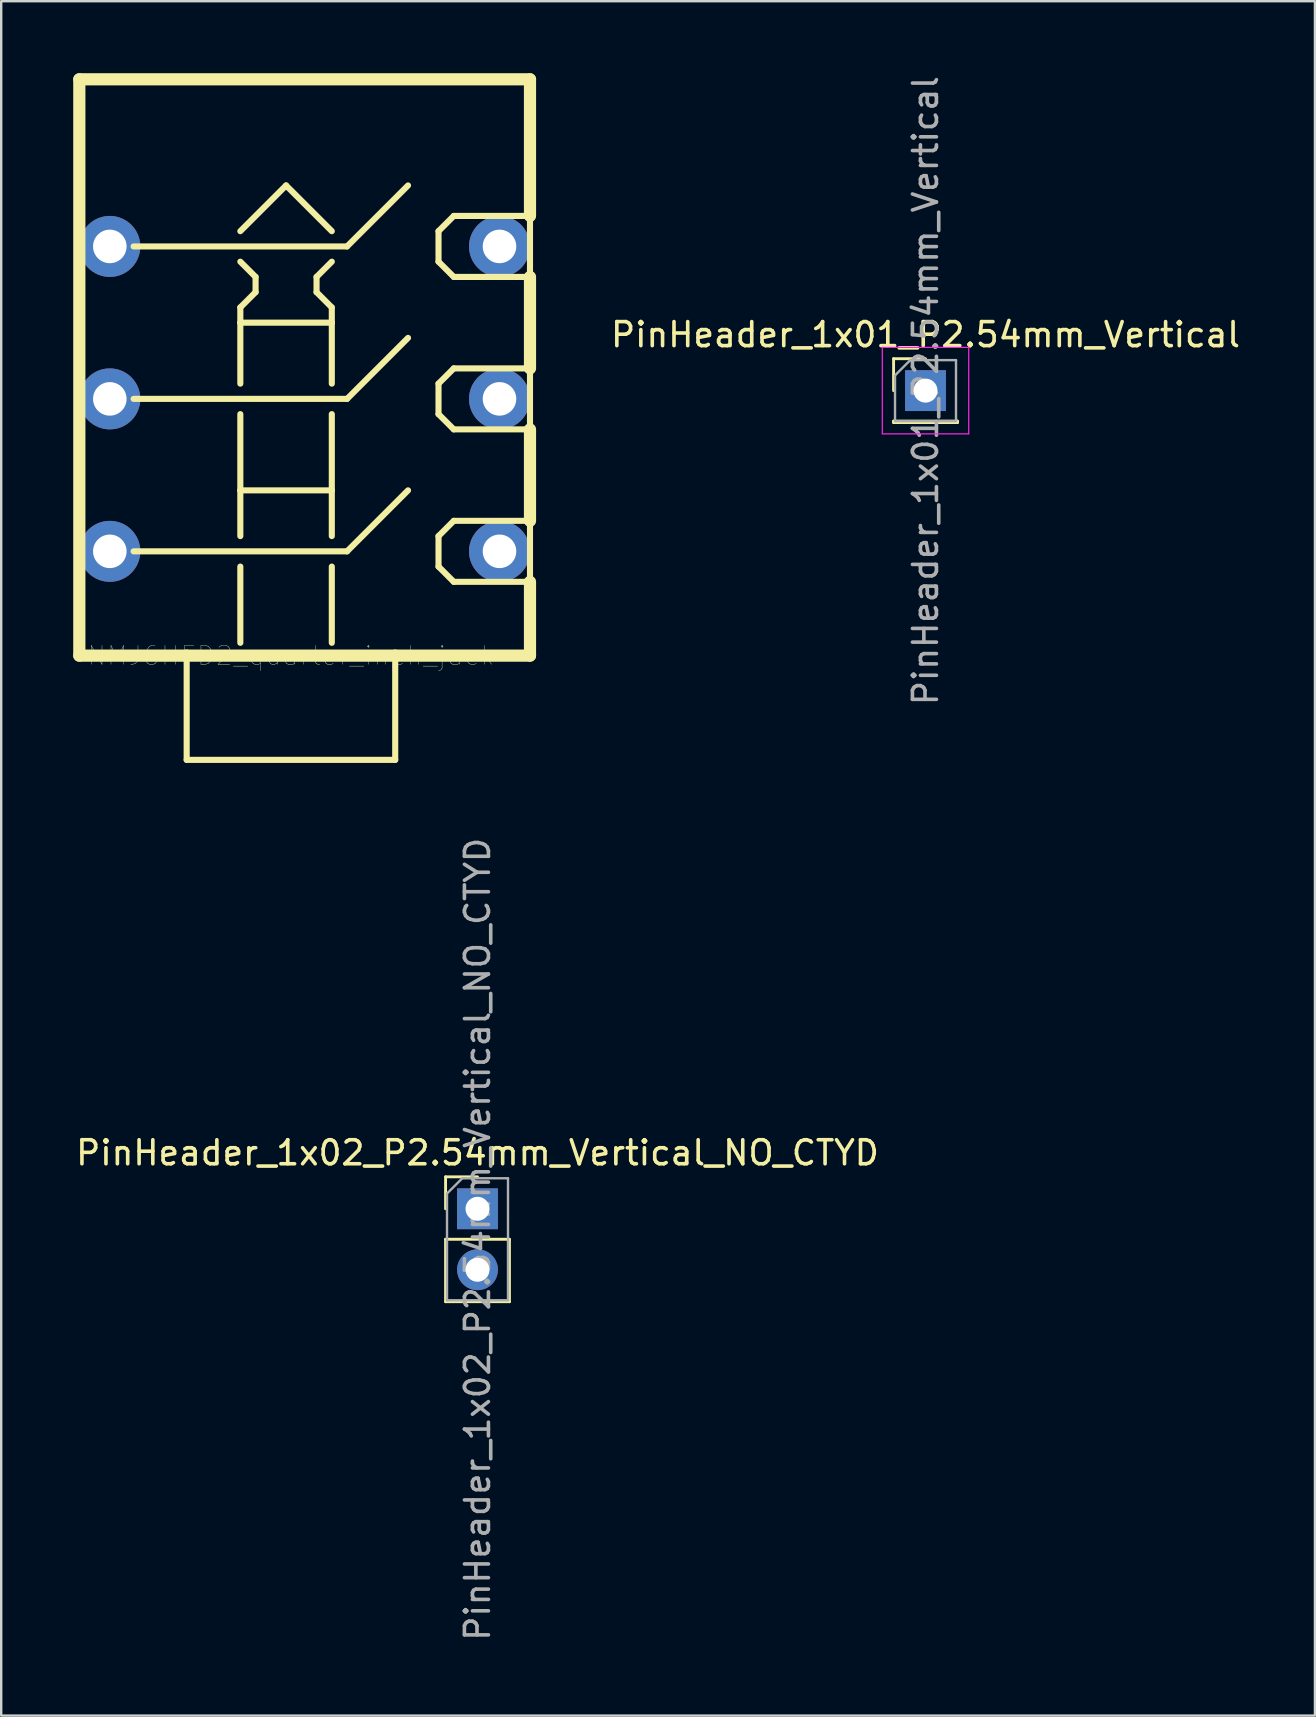
<source format=kicad_pcb>
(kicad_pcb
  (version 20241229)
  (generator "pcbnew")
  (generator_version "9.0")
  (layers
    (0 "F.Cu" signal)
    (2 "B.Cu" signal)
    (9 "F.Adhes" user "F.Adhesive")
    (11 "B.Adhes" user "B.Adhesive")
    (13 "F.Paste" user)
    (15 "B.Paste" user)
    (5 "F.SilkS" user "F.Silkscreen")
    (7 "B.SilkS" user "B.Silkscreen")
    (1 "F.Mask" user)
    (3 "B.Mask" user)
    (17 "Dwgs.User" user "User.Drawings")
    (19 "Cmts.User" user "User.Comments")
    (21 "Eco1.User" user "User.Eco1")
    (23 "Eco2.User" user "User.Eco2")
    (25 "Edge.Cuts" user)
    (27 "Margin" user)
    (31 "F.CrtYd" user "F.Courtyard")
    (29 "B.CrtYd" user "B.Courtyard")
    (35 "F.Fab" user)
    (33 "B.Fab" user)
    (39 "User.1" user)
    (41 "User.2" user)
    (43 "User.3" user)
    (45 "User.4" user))
  (footprint "PinHeader_1x01_P2.54mm_Vertical"
    (layer "F.Cu")
    (at 35.499 13.22)
    (property "Reference" "PinHeader_1x01_P2.54mm_Vertical" (at 0 -2.33 180) (layer "F.SilkS") (effects (font (size 1 1) (thickness 0.15))))
    (attr through_hole exclude_from_bom)
    (fp_line (start -1.33 -1.33) (end 0 -1.33) (stroke (width 0.12) (type solid)) (layer "F.SilkS"))
    (fp_line (start -1.33 0) (end -1.33 -1.33) (stroke (width 0.12) (type solid)) (layer "F.SilkS"))
    (fp_line (start -1.33 1.27) (end -1.33 1.33) (stroke (width 0.12) (type solid)) (layer "F.SilkS"))
    (fp_line (start -1.33 1.27) (end 1.33 1.27) (stroke (width 0.12) (type solid)) (layer "F.SilkS"))
    (fp_line (start -1.33 1.33) (end 1.33 1.33) (stroke (width 0.12) (type solid)) (layer "F.SilkS"))
    (fp_line (start 1.33 1.27) (end 1.33 1.33) (stroke (width 0.12) (type solid)) (layer "F.SilkS"))
    (fp_line (start -1.8 -1.8) (end -1.8 1.8) (stroke (width 0.05) (type solid)) (layer "F.CrtYd"))
    (fp_line (start -1.8 1.8) (end 1.8 1.8) (stroke (width 0.05) (type solid)) (layer "F.CrtYd"))
    (fp_line (start 1.8 -1.8) (end -1.8 -1.8) (stroke (width 0.05) (type solid)) (layer "F.CrtYd"))
    (fp_line (start 1.8 1.8) (end 1.8 -1.8) (stroke (width 0.05) (type solid)) (layer "F.CrtYd"))
    (fp_line (start -1.27 -0.635) (end -0.635 -1.27) (stroke (width 0.1) (type solid)) (layer "F.Fab"))
    (fp_line (start -1.27 1.27) (end -1.27 -0.635) (stroke (width 0.1) (type solid)) (layer "F.Fab"))
    (fp_line (start -0.635 -1.27) (end 1.27 -1.27) (stroke (width 0.1) (type solid)) (layer "F.Fab"))
    (fp_line (start 1.27 -1.27) (end 1.27 1.27) (stroke (width 0.1) (type solid)) (layer "F.Fab"))
    (fp_line (start 1.27 1.27) (end -1.27 1.27) (stroke (width 0.1) (type solid)) (layer "F.Fab"))
    (fp_text user "${REFERENCE}" (at 0 0 270) (layer "F.Fab") (effects (font (size 1 1) (thickness 0.15))))
    (pad "1" thru_hole rect (at 0 0) (size 1.7 1.7) (drill 1) (layers "*.Cu" "*.Mask")))
  (footprint "NMJ6HFD2_quarter_inch_jack"
    (layer "F.Cu")
    (at 9.068 24.257)
    (property "Reference" "NMJ6HFD2_quarter_inch_jack" (at 0 0 0) (layer "F.SilkS") (effects (font (size 0.787 0.787) (thickness 0.015))))
    (attr through_hole)
    (fp_line (start -8.814 -24.003) (end -8.814 0) (stroke (width 0.508) (type solid)) (layer "F.SilkS"))
    (fp_line (start -8.814 0) (end -4.343 0) (stroke (width 0.508) (type solid)) (layer "F.SilkS"))
    (fp_line (start -6.553 -17.043) (end 2.337 -17.043) (stroke (width 0.254) (type solid)) (layer "F.SilkS"))
    (fp_line (start -6.553 -10.693) (end 2.337 -10.693) (stroke (width 0.254) (type solid)) (layer "F.SilkS"))
    (fp_line (start -6.553 -4.343) (end 2.337 -4.343) (stroke (width 0.254) (type solid)) (layer "F.SilkS"))
    (fp_line (start -4.343 0) (end 4.343 0) (stroke (width 0.508) (type solid)) (layer "F.SilkS"))
    (fp_line (start -4.343 4.343) (end -4.343 0) (stroke (width 0.254) (type solid)) (layer "F.SilkS"))
    (fp_line (start -2.108 -17.678) (end -0.203 -19.583) (stroke (width 0.254) (type solid)) (layer "F.SilkS"))
    (fp_line (start -2.108 -14.503) (end -1.473 -15.138) (stroke (width 0.254) (type solid)) (layer "F.SilkS"))
    (fp_line (start -2.108 -13.868) (end -2.108 -14.503) (stroke (width 0.254) (type solid)) (layer "F.SilkS"))
    (fp_line (start -2.108 -13.868) (end 1.702 -13.868) (stroke (width 0.254) (type solid)) (layer "F.SilkS"))
    (fp_line (start -2.108 -11.328) (end -2.108 -13.868) (stroke (width 0.254) (type solid)) (layer "F.SilkS"))
    (fp_line (start -2.108 -6.883) (end -2.108 -10.058) (stroke (width 0.254) (type solid)) (layer "F.SilkS"))
    (fp_line (start -2.108 -6.883) (end 1.702 -6.883) (stroke (width 0.254) (type solid)) (layer "F.SilkS"))
    (fp_line (start -2.108 -4.978) (end -2.108 -6.883) (stroke (width 0.254) (type solid)) (layer "F.SilkS"))
    (fp_line (start -2.108 -0.533) (end -2.108 -3.708) (stroke (width 0.254) (type solid)) (layer "F.SilkS"))
    (fp_line (start -1.473 -15.773) (end -2.108 -16.408) (stroke (width 0.254) (type solid)) (layer "F.SilkS"))
    (fp_line (start -1.473 -15.138) (end -1.473 -15.773) (stroke (width 0.254) (type solid)) (layer "F.SilkS"))
    (fp_line (start -0.203 -19.583) (end 1.702 -17.678) (stroke (width 0.254) (type solid)) (layer "F.SilkS"))
    (fp_line (start 1.067 -15.773) (end 1.702 -16.408) (stroke (width 0.254) (type solid)) (layer "F.SilkS"))
    (fp_line (start 1.067 -15.138) (end 1.067 -15.773) (stroke (width 0.254) (type solid)) (layer "F.SilkS"))
    (fp_line (start 1.702 -14.503) (end 1.067 -15.138) (stroke (width 0.254) (type solid)) (layer "F.SilkS"))
    (fp_line (start 1.702 -13.868) (end 1.702 -14.503) (stroke (width 0.254) (type solid)) (layer "F.SilkS"))
    (fp_line (start 1.702 -11.328) (end 1.702 -13.868) (stroke (width 0.254) (type solid)) (layer "F.SilkS"))
    (fp_line (start 1.702 -6.883) (end 1.702 -10.058) (stroke (width 0.254) (type solid)) (layer "F.SilkS"))
    (fp_line (start 1.702 -4.978) (end 1.702 -6.883) (stroke (width 0.254) (type solid)) (layer "F.SilkS"))
    (fp_line (start 1.702 -0.533) (end 1.702 -3.708) (stroke (width 0.254) (type solid)) (layer "F.SilkS"))
    (fp_line (start 2.337 -17.043) (end 4.877 -19.583) (stroke (width 0.254) (type solid)) (layer "F.SilkS"))
    (fp_line (start 2.337 -10.693) (end 4.877 -13.233) (stroke (width 0.254) (type solid)) (layer "F.SilkS"))
    (fp_line (start 2.337 -4.343) (end 4.877 -6.883) (stroke (width 0.254) (type solid)) (layer "F.SilkS"))
    (fp_line (start 4.343 0) (end 4.343 4.343) (stroke (width 0.254) (type solid)) (layer "F.SilkS"))
    (fp_line (start 4.343 0) (end 9.957 0) (stroke (width 0.508) (type solid)) (layer "F.SilkS"))
    (fp_line (start 4.343 4.343) (end -4.343 4.343) (stroke (width 0.254) (type solid)) (layer "F.SilkS"))
    (fp_line (start 6.147 -17.678) (end 6.782 -18.313) (stroke (width 0.254) (type solid)) (layer "F.SilkS"))
    (fp_line (start 6.147 -16.408) (end 6.147 -17.678) (stroke (width 0.254) (type solid)) (layer "F.SilkS"))
    (fp_line (start 6.147 -11.328) (end 6.782 -11.963) (stroke (width 0.254) (type solid)) (layer "F.SilkS"))
    (fp_line (start 6.147 -10.058) (end 6.147 -11.328) (stroke (width 0.254) (type solid)) (layer "F.SilkS"))
    (fp_line (start 6.147 -4.978) (end 6.782 -5.613) (stroke (width 0.254) (type solid)) (layer "F.SilkS"))
    (fp_line (start 6.147 -3.708) (end 6.147 -4.978) (stroke (width 0.254) (type solid)) (layer "F.SilkS"))
    (fp_line (start 6.782 -18.313) (end 9.957 -18.313) (stroke (width 0.254) (type solid)) (layer "F.SilkS"))
    (fp_line (start 6.782 -15.773) (end 6.147 -16.408) (stroke (width 0.254) (type solid)) (layer "F.SilkS"))
    (fp_line (start 6.782 -11.963) (end 9.957 -11.963) (stroke (width 0.254) (type solid)) (layer "F.SilkS"))
    (fp_line (start 6.782 -9.423) (end 6.147 -10.058) (stroke (width 0.254) (type solid)) (layer "F.SilkS"))
    (fp_line (start 6.782 -5.613) (end 9.957 -5.613) (stroke (width 0.254) (type solid)) (layer "F.SilkS"))
    (fp_line (start 6.782 -3.073) (end 6.147 -3.708) (stroke (width 0.254) (type solid)) (layer "F.SilkS"))
    (fp_line (start 9.957 -24.003) (end -8.814 -24.003) (stroke (width 0.508) (type solid)) (layer "F.SilkS"))
    (fp_line (start 9.957 -18.313) (end 9.957 -24.003) (stroke (width 0.508) (type solid)) (layer "F.SilkS"))
    (fp_line (start 9.957 -15.773) (end 6.782 -15.773) (stroke (width 0.254) (type solid)) (layer "F.SilkS"))
    (fp_line (start 9.957 -15.773) (end 9.957 -18.313) (stroke (width 0.254) (type solid)) (layer "F.SilkS"))
    (fp_line (start 9.957 -11.963) (end 9.957 -15.773) (stroke (width 0.508) (type solid)) (layer "F.SilkS"))
    (fp_line (start 9.957 -9.423) (end 6.782 -9.423) (stroke (width 0.254) (type solid)) (layer "F.SilkS"))
    (fp_line (start 9.957 -9.423) (end 9.957 -11.963) (stroke (width 0.254) (type solid)) (layer "F.SilkS"))
    (fp_line (start 9.957 -5.613) (end 9.957 -9.423) (stroke (width 0.508) (type solid)) (layer "F.SilkS"))
    (fp_line (start 9.957 -3.073) (end 6.782 -3.073) (stroke (width 0.254) (type solid)) (layer "F.SilkS"))
    (fp_line (start 9.957 -3.073) (end 9.957 -5.613) (stroke (width 0.254) (type solid)) (layer "F.SilkS"))
    (fp_line (start 9.957 0) (end 9.957 -3.073) (stroke (width 0.508) (type solid)) (layer "F.SilkS"))
    (pad "R" thru_hole circle (at 8.687 -10.693 90) (size 2.54 2.54) (drill 1.397) (layers "*.Cu" "*.Mask"))
    (pad "RN" thru_hole circle (at -7.544 -10.693 90) (size 2.54 2.54) (drill 1.397) (layers "*.Cu" "*.Mask"))
    (pad "S" thru_hole circle (at 8.687 -4.343 90) (size 2.54 2.54) (drill 1.397) (layers "*.Cu" "*.Mask"))
    (pad "SN" thru_hole circle (at -7.544 -4.343 90) (size 2.54 2.54) (drill 1.397) (layers "*.Cu" "*.Mask"))
    (pad "T" thru_hole circle (at 8.687 -17.043 90) (size 2.54 2.54) (drill 1.397) (layers "*.Cu" "*.Mask"))
    (pad "TN" thru_hole circle (at -7.544 -17.043 90) (size 2.54 2.54) (drill 1.397) (layers "*.Cu" "*.Mask")))
  (footprint "PinHeader_1x02_P2.54mm_Vertical_NO_CTYD"
    (layer "F.Cu")
    (at 16.839 47.297)
    (property "Reference" "PinHeader_1x02_P2.54mm_Vertical_NO_CTYD" (at 0 -2.33 0) (layer "F.SilkS") (effects (font (size 1 1) (thickness 0.15))))
    (attr through_hole)
    (fp_line (start -1.33 -1.33) (end 0 -1.33) (stroke (width 0.12) (type solid)) (layer "F.SilkS"))
    (fp_line (start -1.33 0) (end -1.33 -1.33) (stroke (width 0.12) (type solid)) (layer "F.SilkS"))
    (fp_line (start -1.33 1.27) (end -1.33 3.87) (stroke (width 0.12) (type solid)) (layer "F.SilkS"))
    (fp_line (start -1.33 1.27) (end 1.33 1.27) (stroke (width 0.12) (type solid)) (layer "F.SilkS"))
    (fp_line (start -1.33 3.87) (end 1.33 3.87) (stroke (width 0.12) (type solid)) (layer "F.SilkS"))
    (fp_line (start 1.33 1.27) (end 1.33 3.87) (stroke (width 0.12) (type solid)) (layer "F.SilkS"))
    (fp_line (start -1.27 -0.635) (end -0.635 -1.27) (stroke (width 0.1) (type solid)) (layer "F.Fab"))
    (fp_line (start -1.27 3.81) (end -1.27 -0.635) (stroke (width 0.1) (type solid)) (layer "F.Fab"))
    (fp_line (start -0.635 -1.27) (end 1.27 -1.27) (stroke (width 0.1) (type solid)) (layer "F.Fab"))
    (fp_line (start 1.27 -1.27) (end 1.27 3.81) (stroke (width 0.1) (type solid)) (layer "F.Fab"))
    (fp_line (start 1.27 3.81) (end -1.27 3.81) (stroke (width 0.1) (type solid)) (layer "F.Fab"))
    (fp_text user "${REFERENCE}" (at 0 1.27 90) (layer "F.Fab") (effects (font (size 1 1) (thickness 0.15))))
    (pad "1" thru_hole rect (at 0 0) (size 1.7 1.7) (drill 1) (layers "*.Cu" "*.Mask"))
    (pad "2" thru_hole oval (at 0 2.54) (size 1.7 1.7) (drill 1) (layers "*.Cu" "*.Mask")))
  (gr_rect
    (start -3 -3)
    (end 51.719 68.406)
    (stroke (width 0.1) (type default))
    (fill no)
    (layer "Edge.Cuts")))
</source>
